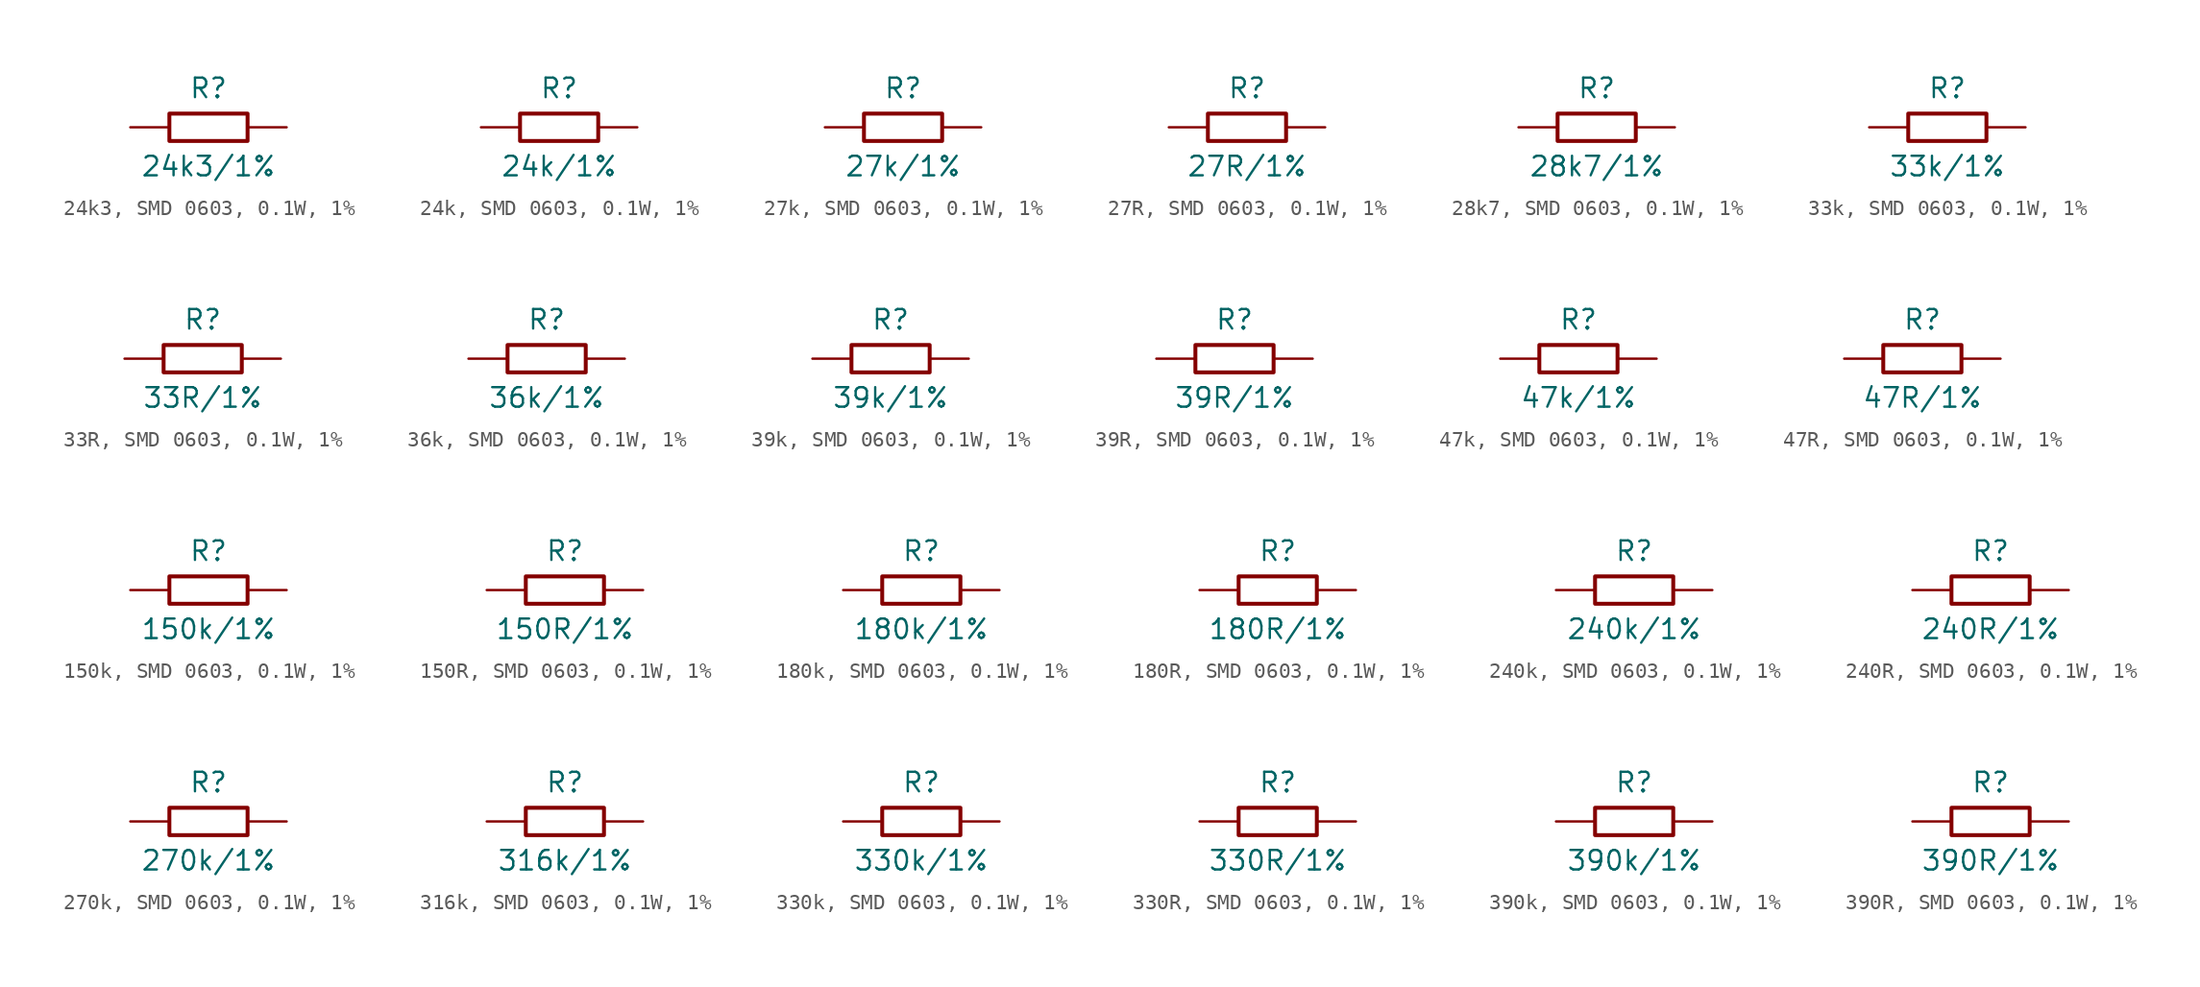
<source format=kicad_sym>
(kicad_symbol_lib
  (version 20231120)
  (generator "kicad_symbol_editor")
  (generator_version "8.0")
  (symbol "24k3, SMD 0603, 0.1W, 1%"
    (pin_numbers hide)
    (pin_names
      (offset 0) hide)
    (property "Reference" "R"
      (at 0 2.54 0)
      (effects (font (size 1.27 1.27))))
    (property "Value" "24k3/1%"
      (at 0 -2.54 0)
      (effects (font (size 1.27 1.27))))
    (symbol "24k3, SMD 0603, 0.1W, 1%_0_1"
      (rectangle (start -2.54 0.889) (end 2.54 -0.889) (stroke (width 0.254) (type default)) (fill (type none))))
    (symbol "24k3, SMD 0603, 0.1W, 1%_1_1"
      (pin passive line (at -5.08 0 0) (length 2.54) (name "1" (effects (font (size 1.27 1.27)))) (number "1" (effects (font (size 1.27 1.27)))))
      (pin passive line (at 5.08 0 180) (length 2.54) (name "2" (effects (font (size 1.27 1.27)))) (number "2" (effects (font (size 1.27 1.27)))))))
  (symbol "24k, SMD 0603, 0.1W, 1%"
    (pin_numbers hide)
    (pin_names
      (offset 0) hide)
    (property "Reference" "R"
      (at 0 2.54 0)
      (effects (font (size 1.27 1.27))))
    (property "Value" "24k/1%"
      (at 0 -2.54 0)
      (effects (font (size 1.27 1.27))))
    (symbol "24k, SMD 0603, 0.1W, 1%_0_1"
      (rectangle (start -2.54 0.889) (end 2.54 -0.889) (stroke (width 0.254) (type default)) (fill (type none))))
    (symbol "24k, SMD 0603, 0.1W, 1%_1_1"
      (pin passive line (at -5.08 0 0) (length 2.54) (name "1" (effects (font (size 1.27 1.27)))) (number "1" (effects (font (size 1.27 1.27)))))
      (pin passive line (at 5.08 0 180) (length 2.54) (name "2" (effects (font (size 1.27 1.27)))) (number "2" (effects (font (size 1.27 1.27)))))))
  (symbol "27k, SMD 0603, 0.1W, 1%"
    (pin_numbers hide)
    (pin_names
      (offset 0) hide)
    (property "Reference" "R"
      (at 0 2.54 0)
      (effects (font (size 1.27 1.27))))
    (property "Value" "27k/1%"
      (at 0 -2.54 0)
      (effects (font (size 1.27 1.27))))
    (symbol "27k, SMD 0603, 0.1W, 1%_0_1"
      (rectangle (start -2.54 0.889) (end 2.54 -0.889) (stroke (width 0.254) (type default)) (fill (type none))))
    (symbol "27k, SMD 0603, 0.1W, 1%_1_1"
      (pin passive line (at -5.08 0 0) (length 2.54) (name "1" (effects (font (size 1.27 1.27)))) (number "1" (effects (font (size 1.27 1.27)))))
      (pin passive line (at 5.08 0 180) (length 2.54) (name "2" (effects (font (size 1.27 1.27)))) (number "2" (effects (font (size 1.27 1.27)))))))
  (symbol "27R, SMD 0603, 0.1W, 1%"
    (pin_numbers hide)
    (pin_names
      (offset 0) hide)
    (property "Reference" "R"
      (at 0 2.54 0)
      (effects (font (size 1.27 1.27))))
    (property "Value" "27R/1%"
      (at 0 -2.54 0)
      (effects (font (size 1.27 1.27))))
    (symbol "27R, SMD 0603, 0.1W, 1%_0_1"
      (rectangle (start -2.54 0.889) (end 2.54 -0.889) (stroke (width 0.254) (type default)) (fill (type none))))
    (symbol "27R, SMD 0603, 0.1W, 1%_1_1"
      (pin passive line (at -5.08 0 0) (length 2.54) (name "1" (effects (font (size 1.27 1.27)))) (number "1" (effects (font (size 1.27 1.27)))))
      (pin passive line (at 5.08 0 180) (length 2.54) (name "2" (effects (font (size 1.27 1.27)))) (number "2" (effects (font (size 1.27 1.27)))))))
  (symbol "28k7, SMD 0603, 0.1W, 1%"
    (pin_numbers hide)
    (pin_names
      (offset 0) hide)
    (property "Reference" "R"
      (at 0 2.54 0)
      (effects (font (size 1.27 1.27))))
    (property "Value" "28k7/1%"
      (at 0 -2.54 0)
      (effects (font (size 1.27 1.27))))
    (symbol "28k7, SMD 0603, 0.1W, 1%_0_1"
      (rectangle (start -2.54 0.889) (end 2.54 -0.889) (stroke (width 0.254) (type default)) (fill (type none))))
    (symbol "28k7, SMD 0603, 0.1W, 1%_1_1"
      (pin passive line (at -5.08 0 0) (length 2.54) (name "1" (effects (font (size 1.27 1.27)))) (number "1" (effects (font (size 1.27 1.27)))))
      (pin passive line (at 5.08 0 180) (length 2.54) (name "2" (effects (font (size 1.27 1.27)))) (number "2" (effects (font (size 1.27 1.27)))))))
  (symbol "33k, SMD 0603, 0.1W, 1%"
    (pin_numbers hide)
    (pin_names
      (offset 0) hide)
    (property "Reference" "R"
      (at 0 2.54 0)
      (effects (font (size 1.27 1.27))))
    (property "Value" "33k/1%"
      (at 0 -2.54 0)
      (effects (font (size 1.27 1.27))))
    (symbol "33k, SMD 0603, 0.1W, 1%_0_1"
      (rectangle (start -2.54 0.889) (end 2.54 -0.889) (stroke (width 0.254) (type default)) (fill (type none))))
    (symbol "33k, SMD 0603, 0.1W, 1%_1_1"
      (pin passive line (at -5.08 0 0) (length 2.54) (name "1" (effects (font (size 1.27 1.27)))) (number "1" (effects (font (size 1.27 1.27)))))
      (pin passive line (at 5.08 0 180) (length 2.54) (name "2" (effects (font (size 1.27 1.27)))) (number "2" (effects (font (size 1.27 1.27)))))))
  (symbol "33R, SMD 0603, 0.1W, 1%"
    (pin_numbers hide)
    (pin_names
      (offset 0) hide)
    (property "Reference" "R"
      (at 0 2.54 0)
      (effects (font (size 1.27 1.27))))
    (property "Value" "33R/1%"
      (at 0 -2.54 0)
      (effects (font (size 1.27 1.27))))
    (symbol "33R, SMD 0603, 0.1W, 1%_0_1"
      (rectangle (start -2.54 0.889) (end 2.54 -0.889) (stroke (width 0.254) (type default)) (fill (type none))))
    (symbol "33R, SMD 0603, 0.1W, 1%_1_1"
      (pin passive line (at -5.08 0 0) (length 2.54) (name "1" (effects (font (size 1.27 1.27)))) (number "1" (effects (font (size 1.27 1.27)))))
      (pin passive line (at 5.08 0 180) (length 2.54) (name "2" (effects (font (size 1.27 1.27)))) (number "2" (effects (font (size 1.27 1.27)))))))
  (symbol "36k, SMD 0603, 0.1W, 1%"
    (pin_numbers hide)
    (pin_names
      (offset 0) hide)
    (property "Reference" "R"
      (at 0 2.54 0)
      (effects (font (size 1.27 1.27))))
    (property "Value" "36k/1%"
      (at 0 -2.54 0)
      (effects (font (size 1.27 1.27))))
    (symbol "36k, SMD 0603, 0.1W, 1%_0_1"
      (rectangle (start -2.54 0.889) (end 2.54 -0.889) (stroke (width 0.254) (type default)) (fill (type none))))
    (symbol "36k, SMD 0603, 0.1W, 1%_1_1"
      (pin passive line (at -5.08 0 0) (length 2.54) (name "1" (effects (font (size 1.27 1.27)))) (number "1" (effects (font (size 1.27 1.27)))))
      (pin passive line (at 5.08 0 180) (length 2.54) (name "2" (effects (font (size 1.27 1.27)))) (number "2" (effects (font (size 1.27 1.27)))))))
  (symbol "39k, SMD 0603, 0.1W, 1%"
    (pin_numbers hide)
    (pin_names
      (offset 0) hide)
    (property "Reference" "R"
      (at 0 2.54 0)
      (effects (font (size 1.27 1.27))))
    (property "Value" "39k/1%"
      (at 0 -2.54 0)
      (effects (font (size 1.27 1.27))))
    (symbol "39k, SMD 0603, 0.1W, 1%_0_1"
      (rectangle (start -2.54 0.889) (end 2.54 -0.889) (stroke (width 0.254) (type default)) (fill (type none))))
    (symbol "39k, SMD 0603, 0.1W, 1%_1_1"
      (pin passive line (at -5.08 0 0) (length 2.54) (name "1" (effects (font (size 1.27 1.27)))) (number "1" (effects (font (size 1.27 1.27)))))
      (pin passive line (at 5.08 0 180) (length 2.54) (name "2" (effects (font (size 1.27 1.27)))) (number "2" (effects (font (size 1.27 1.27)))))))
  (symbol "39R, SMD 0603, 0.1W, 1%"
    (pin_numbers hide)
    (pin_names
      (offset 0) hide)
    (property "Reference" "R"
      (at 0 2.54 0)
      (effects (font (size 1.27 1.27))))
    (property "Value" "39R/1%"
      (at 0 -2.54 0)
      (effects (font (size 1.27 1.27))))
    (symbol "39R, SMD 0603, 0.1W, 1%_0_1"
      (rectangle (start -2.54 0.889) (end 2.54 -0.889) (stroke (width 0.254) (type default)) (fill (type none))))
    (symbol "39R, SMD 0603, 0.1W, 1%_1_1"
      (pin passive line (at -5.08 0 0) (length 2.54) (name "1" (effects (font (size 1.27 1.27)))) (number "1" (effects (font (size 1.27 1.27)))))
      (pin passive line (at 5.08 0 180) (length 2.54) (name "2" (effects (font (size 1.27 1.27)))) (number "2" (effects (font (size 1.27 1.27)))))))
  (symbol "47k, SMD 0603, 0.1W, 1%"
    (pin_numbers hide)
    (pin_names
      (offset 0) hide)
    (property "Reference" "R"
      (at 0 2.54 0)
      (effects (font (size 1.27 1.27))))
    (property "Value" "47k/1%"
      (at 0 -2.54 0)
      (effects (font (size 1.27 1.27))))
    (symbol "47k, SMD 0603, 0.1W, 1%_0_1"
      (rectangle (start -2.54 0.889) (end 2.54 -0.889) (stroke (width 0.254) (type default)) (fill (type none))))
    (symbol "47k, SMD 0603, 0.1W, 1%_1_1"
      (pin passive line (at -5.08 0 0) (length 2.54) (name "1" (effects (font (size 1.27 1.27)))) (number "1" (effects (font (size 1.27 1.27)))))
      (pin passive line (at 5.08 0 180) (length 2.54) (name "2" (effects (font (size 1.27 1.27)))) (number "2" (effects (font (size 1.27 1.27)))))))
  (symbol "47R, SMD 0603, 0.1W, 1%"
    (pin_numbers hide)
    (pin_names
      (offset 0) hide)
    (property "Reference" "R"
      (at 0 2.54 0)
      (effects (font (size 1.27 1.27))))
    (property "Value" "47R/1%"
      (at 0 -2.54 0)
      (effects (font (size 1.27 1.27))))
    (symbol "47R, SMD 0603, 0.1W, 1%_0_1"
      (rectangle (start -2.54 0.889) (end 2.54 -0.889) (stroke (width 0.254) (type default)) (fill (type none))))
    (symbol "47R, SMD 0603, 0.1W, 1%_1_1"
      (pin passive line (at -5.08 0 0) (length 2.54) (name "1" (effects (font (size 1.27 1.27)))) (number "1" (effects (font (size 1.27 1.27)))))
      (pin passive line (at 5.08 0 180) (length 2.54) (name "2" (effects (font (size 1.27 1.27)))) (number "2" (effects (font (size 1.27 1.27)))))))
  (symbol "150k, SMD 0603, 0.1W, 1%"
    (pin_numbers hide)
    (pin_names
      (offset 0) hide)
    (property "Reference" "R"
      (at 0 2.54 0)
      (effects (font (size 1.27 1.27))))
    (property "Value" "150k/1%"
      (at 0 -2.54 0)
      (effects (font (size 1.27 1.27))))
    (symbol "150k, SMD 0603, 0.1W, 1%_0_1"
      (rectangle (start -2.54 0.889) (end 2.54 -0.889) (stroke (width 0.254) (type default)) (fill (type none))))
    (symbol "150k, SMD 0603, 0.1W, 1%_1_1"
      (pin passive line (at -5.08 0 0) (length 2.54) (name "1" (effects (font (size 1.27 1.27)))) (number "1" (effects (font (size 1.27 1.27)))))
      (pin passive line (at 5.08 0 180) (length 2.54) (name "2" (effects (font (size 1.27 1.27)))) (number "2" (effects (font (size 1.27 1.27)))))))
  (symbol "150R, SMD 0603, 0.1W, 1%"
    (pin_numbers hide)
    (pin_names
      (offset 0) hide)
    (property "Reference" "R"
      (at 0 2.54 0)
      (effects (font (size 1.27 1.27))))
    (property "Value" "150R/1%"
      (at 0 -2.54 0)
      (effects (font (size 1.27 1.27))))
    (symbol "150R, SMD 0603, 0.1W, 1%_0_1"
      (rectangle (start -2.54 0.889) (end 2.54 -0.889) (stroke (width 0.254) (type default)) (fill (type none))))
    (symbol "150R, SMD 0603, 0.1W, 1%_1_1"
      (pin passive line (at -5.08 0 0) (length 2.54) (name "1" (effects (font (size 1.27 1.27)))) (number "1" (effects (font (size 1.27 1.27)))))
      (pin passive line (at 5.08 0 180) (length 2.54) (name "2" (effects (font (size 1.27 1.27)))) (number "2" (effects (font (size 1.27 1.27)))))))
  (symbol "180k, SMD 0603, 0.1W, 1%"
    (pin_numbers hide)
    (pin_names
      (offset 0) hide)
    (property "Reference" "R"
      (at 0 2.54 0)
      (effects (font (size 1.27 1.27))))
    (property "Value" "180k/1%"
      (at 0 -2.54 0)
      (effects (font (size 1.27 1.27))))
    (symbol "180k, SMD 0603, 0.1W, 1%_0_1"
      (rectangle (start -2.54 0.889) (end 2.54 -0.889) (stroke (width 0.254) (type default)) (fill (type none))))
    (symbol "180k, SMD 0603, 0.1W, 1%_1_1"
      (pin passive line (at -5.08 0 0) (length 2.54) (name "1" (effects (font (size 1.27 1.27)))) (number "1" (effects (font (size 1.27 1.27)))))
      (pin passive line (at 5.08 0 180) (length 2.54) (name "2" (effects (font (size 1.27 1.27)))) (number "2" (effects (font (size 1.27 1.27)))))))
  (symbol "180R, SMD 0603, 0.1W, 1%"
    (pin_numbers hide)
    (pin_names
      (offset 0) hide)
    (property "Reference" "R"
      (at 0 2.54 0)
      (effects (font (size 1.27 1.27))))
    (property "Value" "180R/1%"
      (at 0 -2.54 0)
      (effects (font (size 1.27 1.27))))
    (symbol "180R, SMD 0603, 0.1W, 1%_0_1"
      (rectangle (start -2.54 0.889) (end 2.54 -0.889) (stroke (width 0.254) (type default)) (fill (type none))))
    (symbol "180R, SMD 0603, 0.1W, 1%_1_1"
      (pin passive line (at -5.08 0 0) (length 2.54) (name "1" (effects (font (size 1.27 1.27)))) (number "1" (effects (font (size 1.27 1.27)))))
      (pin passive line (at 5.08 0 180) (length 2.54) (name "2" (effects (font (size 1.27 1.27)))) (number "2" (effects (font (size 1.27 1.27)))))))
  (symbol "240k, SMD 0603, 0.1W, 1%"
    (pin_numbers hide)
    (pin_names
      (offset 0) hide)
    (property "Reference" "R"
      (at 0 2.54 0)
      (effects (font (size 1.27 1.27))))
    (property "Value" "240k/1%"
      (at 0 -2.54 0)
      (effects (font (size 1.27 1.27))))
    (symbol "240k, SMD 0603, 0.1W, 1%_0_1"
      (rectangle (start -2.54 0.889) (end 2.54 -0.889) (stroke (width 0.254) (type default)) (fill (type none))))
    (symbol "240k, SMD 0603, 0.1W, 1%_1_1"
      (pin passive line (at -5.08 0 0) (length 2.54) (name "1" (effects (font (size 1.27 1.27)))) (number "1" (effects (font (size 1.27 1.27)))))
      (pin passive line (at 5.08 0 180) (length 2.54) (name "2" (effects (font (size 1.27 1.27)))) (number "2" (effects (font (size 1.27 1.27)))))))
  (symbol "240R, SMD 0603, 0.1W, 1%"
    (pin_numbers hide)
    (pin_names
      (offset 0) hide)
    (property "Reference" "R"
      (at 0 2.54 0)
      (effects (font (size 1.27 1.27))))
    (property "Value" "240R/1%"
      (at 0 -2.54 0)
      (effects (font (size 1.27 1.27))))
    (symbol "240R, SMD 0603, 0.1W, 1%_0_1"
      (rectangle (start -2.54 0.889) (end 2.54 -0.889) (stroke (width 0.254) (type default)) (fill (type none))))
    (symbol "240R, SMD 0603, 0.1W, 1%_1_1"
      (pin passive line (at -5.08 0 0) (length 2.54) (name "1" (effects (font (size 1.27 1.27)))) (number "1" (effects (font (size 1.27 1.27)))))
      (pin passive line (at 5.08 0 180) (length 2.54) (name "2" (effects (font (size 1.27 1.27)))) (number "2" (effects (font (size 1.27 1.27)))))))
  (symbol "270k, SMD 0603, 0.1W, 1%"
    (pin_numbers hide)
    (pin_names
      (offset 0) hide)
    (property "Reference" "R"
      (at 0 2.54 0)
      (effects (font (size 1.27 1.27))))
    (property "Value" "270k/1%"
      (at 0 -2.54 0)
      (effects (font (size 1.27 1.27))))
    (symbol "270k, SMD 0603, 0.1W, 1%_0_1"
      (rectangle (start -2.54 0.889) (end 2.54 -0.889) (stroke (width 0.254) (type default)) (fill (type none))))
    (symbol "270k, SMD 0603, 0.1W, 1%_1_1"
      (pin passive line (at -5.08 0 0) (length 2.54) (name "1" (effects (font (size 1.27 1.27)))) (number "1" (effects (font (size 1.27 1.27)))))
      (pin passive line (at 5.08 0 180) (length 2.54) (name "2" (effects (font (size 1.27 1.27)))) (number "2" (effects (font (size 1.27 1.27)))))))
  (symbol "316k, SMD 0603, 0.1W, 1%"
    (pin_numbers hide)
    (pin_names
      (offset 0) hide)
    (property "Reference" "R"
      (at 0 2.54 0)
      (effects (font (size 1.27 1.27))))
    (property "Value" "316k/1%"
      (at 0 -2.54 0)
      (effects (font (size 1.27 1.27))))
    (symbol "316k, SMD 0603, 0.1W, 1%_0_1"
      (rectangle (start -2.54 0.889) (end 2.54 -0.889) (stroke (width 0.254) (type default)) (fill (type none))))
    (symbol "316k, SMD 0603, 0.1W, 1%_1_1"
      (pin passive line (at -5.08 0 0) (length 2.54) (name "1" (effects (font (size 1.27 1.27)))) (number "1" (effects (font (size 1.27 1.27)))))
      (pin passive line (at 5.08 0 180) (length 2.54) (name "2" (effects (font (size 1.27 1.27)))) (number "2" (effects (font (size 1.27 1.27)))))))
  (symbol "330k, SMD 0603, 0.1W, 1%"
    (pin_numbers hide)
    (pin_names
      (offset 0) hide)
    (property "Reference" "R"
      (at 0 2.54 0)
      (effects (font (size 1.27 1.27))))
    (property "Value" "330k/1%"
      (at 0 -2.54 0)
      (effects (font (size 1.27 1.27))))
    (symbol "330k, SMD 0603, 0.1W, 1%_0_1"
      (rectangle (start -2.54 0.889) (end 2.54 -0.889) (stroke (width 0.254) (type default)) (fill (type none))))
    (symbol "330k, SMD 0603, 0.1W, 1%_1_1"
      (pin passive line (at -5.08 0 0) (length 2.54) (name "1" (effects (font (size 1.27 1.27)))) (number "1" (effects (font (size 1.27 1.27)))))
      (pin passive line (at 5.08 0 180) (length 2.54) (name "2" (effects (font (size 1.27 1.27)))) (number "2" (effects (font (size 1.27 1.27)))))))
  (symbol "330R, SMD 0603, 0.1W, 1%"
    (pin_numbers hide)
    (pin_names
      (offset 0) hide)
    (property "Reference" "R"
      (at 0 2.54 0)
      (effects (font (size 1.27 1.27))))
    (property "Value" "330R/1%"
      (at 0 -2.54 0)
      (effects (font (size 1.27 1.27))))
    (symbol "330R, SMD 0603, 0.1W, 1%_0_1"
      (rectangle (start -2.54 0.889) (end 2.54 -0.889) (stroke (width 0.254) (type default)) (fill (type none))))
    (symbol "330R, SMD 0603, 0.1W, 1%_1_1"
      (pin passive line (at -5.08 0 0) (length 2.54) (name "1" (effects (font (size 1.27 1.27)))) (number "1" (effects (font (size 1.27 1.27)))))
      (pin passive line (at 5.08 0 180) (length 2.54) (name "2" (effects (font (size 1.27 1.27)))) (number "2" (effects (font (size 1.27 1.27)))))))
  (symbol "390k, SMD 0603, 0.1W, 1%"
    (pin_numbers hide)
    (pin_names
      (offset 0) hide)
    (property "Reference" "R"
      (at 0 2.54 0)
      (effects (font (size 1.27 1.27))))
    (property "Value" "390k/1%"
      (at 0 -2.54 0)
      (effects (font (size 1.27 1.27))))
    (symbol "390k, SMD 0603, 0.1W, 1%_0_1"
      (rectangle (start -2.54 0.889) (end 2.54 -0.889) (stroke (width 0.254) (type default)) (fill (type none))))
    (symbol "390k, SMD 0603, 0.1W, 1%_1_1"
      (pin passive line (at -5.08 0 0) (length 2.54) (name "1" (effects (font (size 1.27 1.27)))) (number "1" (effects (font (size 1.27 1.27)))))
      (pin passive line (at 5.08 0 180) (length 2.54) (name "2" (effects (font (size 1.27 1.27)))) (number "2" (effects (font (size 1.27 1.27)))))))
  (symbol "390R, SMD 0603, 0.1W, 1%"
    (pin_numbers hide)
    (pin_names
      (offset 0) hide)
    (property "Reference" "R"
      (at 0 2.54 0)
      (effects (font (size 1.27 1.27))))
    (property "Value" "390R/1%"
      (at 0 -2.54 0)
      (effects (font (size 1.27 1.27))))
    (symbol "390R, SMD 0603, 0.1W, 1%_0_1"
      (rectangle (start -2.54 0.889) (end 2.54 -0.889) (stroke (width 0.254) (type default)) (fill (type none))))
    (symbol "390R, SMD 0603, 0.1W, 1%_1_1"
      (pin passive line (at -5.08 0 0) (length 2.54) (name "1" (effects (font (size 1.27 1.27)))) (number "1" (effects (font (size 1.27 1.27)))))
      (pin passive line (at 5.08 0 180) (length 2.54) (name "2" (effects (font (size 1.27 1.27)))) (number "2" (effects (font (size 1.27 1.27))))))))
</source>
